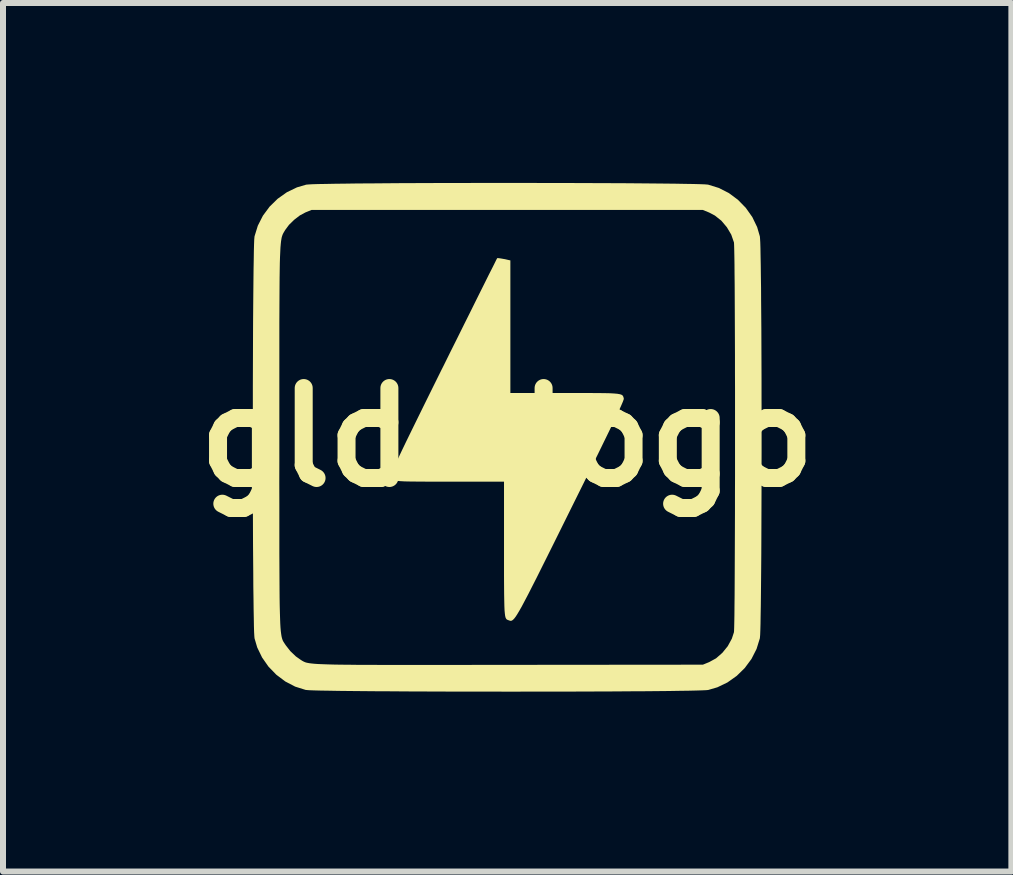
<source format=kicad_pcb>
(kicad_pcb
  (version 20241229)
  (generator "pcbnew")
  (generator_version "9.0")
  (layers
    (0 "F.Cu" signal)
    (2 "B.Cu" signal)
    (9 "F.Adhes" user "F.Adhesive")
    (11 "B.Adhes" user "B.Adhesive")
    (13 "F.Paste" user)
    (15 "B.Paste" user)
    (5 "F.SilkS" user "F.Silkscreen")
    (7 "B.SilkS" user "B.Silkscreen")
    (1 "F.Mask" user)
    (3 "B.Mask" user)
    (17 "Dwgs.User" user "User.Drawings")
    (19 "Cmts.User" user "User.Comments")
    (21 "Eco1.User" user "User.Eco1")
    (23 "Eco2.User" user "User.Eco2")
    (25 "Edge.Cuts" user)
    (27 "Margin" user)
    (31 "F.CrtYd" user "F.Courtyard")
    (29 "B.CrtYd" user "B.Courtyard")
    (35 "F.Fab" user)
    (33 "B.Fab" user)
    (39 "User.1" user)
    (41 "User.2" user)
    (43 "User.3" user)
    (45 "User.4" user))
  (footprint "gld-logo"
    (layer "F.Cu")
    (at 5.407 4.242)
    (property "Reference" "gld-logo" (at 0 0 0) (layer "F.SilkS") (effects (font (size 1.5 1.5) (thickness 0.3))))
    (attr board_only exclude_from_pos_files exclude_from_bom)
    (fp_poly (pts (xy -0.103 -2.982) (xy -0.053 -2.973) (xy 0.053 -2.95) (xy 0.053 -1.845) (xy 0.053 -0.739) (xy 0.966 -0.739) (xy 1.174 -0.739) (xy 1.349 -0.739) (xy 1.494 -0.738) (xy 1.613 -0.737) (xy 1.708 -0.735) (xy 1.781 -0.731) (xy 1.837 -0.726) (xy 1.877 -0.719) (xy 1.904 -0.711) (xy 1.922 -0.7) (xy 1.932 -0.686) (xy 1.939 -0.669) (xy 1.943 -0.65) (xy 1.945 -0.644) (xy 1.941 -0.628) (xy 1.928 -0.592) (xy 1.904 -0.536) (xy 1.869 -0.458) (xy 1.822 -0.358) (xy 1.763 -0.234) (xy 1.691 -0.085) (xy 1.606 0.089) (xy 1.508 0.29) (xy 1.395 0.519) (xy 1.268 0.777) (xy 1.125 1.065) (xy 1.054 1.208) (xy 0.914 1.491) (xy 0.789 1.743) (xy 0.677 1.968) (xy 0.578 2.166) (xy 0.492 2.339) (xy 0.416 2.488) (xy 0.351 2.616) (xy 0.294 2.724) (xy 0.247 2.813) (xy 0.206 2.886) (xy 0.172 2.943) (xy 0.144 2.987) (xy 0.12 3.019) (xy 0.1 3.04) (xy 0.083 3.053) (xy 0.068 3.059) (xy 0.054 3.06) (xy 0.04 3.056) (xy 0.025 3.051) (xy 0.018 3.048) (xy 0.004 3.043) (xy -0.008 3.036) (xy -0.018 3.024) (xy -0.027 3.006) (xy -0.034 2.978) (xy -0.039 2.939) (xy -0.044 2.885) (xy -0.047 2.813) (xy -0.049 2.722) (xy -0.051 2.609) (xy -0.052 2.472) (xy -0.053 2.307) (xy -0.053 2.112) (xy -0.053 1.884) (xy -0.053 1.861) (xy -0.053 0.739) (xy -0.966 0.739) (xy -1.174 0.739) (xy -1.349 0.739) (xy -1.494 0.738) (xy -1.613 0.737) (xy -1.708 0.735) (xy -1.781 0.731) (xy -1.837 0.726) (xy -1.877 0.719) (xy -1.904 0.711) (xy -1.922 0.7) (xy -1.932 0.686) (xy -1.938 0.669) (xy -1.943 0.65) (xy -1.945 0.645) (xy -1.941 0.628) (xy -1.927 0.591) (xy -1.902 0.532) (xy -1.865 0.451) (xy -1.816 0.347) (xy -1.755 0.218) (xy -1.681 0.064) (xy -1.593 -0.116) (xy -1.491 -0.324) (xy -1.375 -0.56) (xy -1.244 -0.825) (xy -1.098 -1.12) (xy -1.064 -1.187) (xy -0.948 -1.422) (xy -0.835 -1.648) (xy -0.728 -1.864) (xy -0.627 -2.066) (xy -0.534 -2.254) (xy -0.449 -2.425) (xy -0.373 -2.577) (xy -0.308 -2.708) (xy -0.253 -2.816) (xy -0.211 -2.9) (xy -0.183 -2.957) (xy -0.168 -2.985) (xy -0.167 -2.988) (xy -0.147 -2.988)) (stroke (width 0) (type solid)) (fill yes) (layer "F.SilkS"))
    (fp_poly (pts (xy 0.245 -4.242) (xy 0.545 -4.241) (xy 0.841 -4.241) (xy 1.13 -4.24) (xy 1.412 -4.239) (xy 1.683 -4.238) (xy 1.942 -4.237) (xy 2.186 -4.235) (xy 2.412 -4.233) (xy 2.62 -4.231) (xy 2.806 -4.229) (xy 2.969 -4.226) (xy 3.106 -4.224) (xy 3.216 -4.221) (xy 3.295 -4.218) (xy 3.342 -4.214) (xy 3.351 -4.213) (xy 3.529 -4.158) (xy 3.696 -4.073) (xy 3.847 -3.961) (xy 3.978 -3.827) (xy 4.087 -3.673) (xy 4.168 -3.505) (xy 4.213 -3.351) (xy 4.216 -3.317) (xy 4.22 -3.249) (xy 4.223 -3.151) (xy 4.225 -3.024) (xy 4.228 -2.871) (xy 4.23 -2.693) (xy 4.233 -2.493) (xy 4.234 -2.273) (xy 4.236 -2.036) (xy 4.238 -1.783) (xy 4.239 -1.516) (xy 4.24 -1.238) (xy 4.241 -0.951) (xy 4.241 -0.657) (xy 4.242 -0.358) (xy 4.242 -0.057) (xy 4.242 0.245) (xy 4.241 0.545) (xy 4.241 0.841) (xy 4.24 1.13) (xy 4.239 1.412) (xy 4.238 1.683) (xy 4.237 1.942) (xy 4.235 2.186) (xy 4.233 2.412) (xy 4.231 2.62) (xy 4.229 2.806) (xy 4.226 2.969) (xy 4.224 3.106) (xy 4.221 3.216) (xy 4.218 3.295) (xy 4.214 3.342) (xy 4.213 3.351) (xy 4.158 3.529) (xy 4.073 3.696) (xy 3.961 3.847) (xy 3.827 3.978) (xy 3.673 4.087) (xy 3.505 4.168) (xy 3.351 4.213) (xy 3.317 4.216) (xy 3.25 4.219) (xy 3.153 4.222) (xy 3.026 4.225) (xy 2.873 4.227) (xy 2.696 4.23) (xy 2.497 4.232) (xy 2.278 4.234) (xy 2.041 4.235) (xy 1.788 4.237) (xy 1.522 4.238) (xy 1.244 4.239) (xy 0.958 4.24) (xy 0.664 4.24) (xy 0.365 4.24) (xy 0.064 4.241) (xy -0.238 4.24) (xy -0.538 4.24) (xy -0.834 4.24) (xy -1.124 4.239) (xy -1.406 4.238) (xy -1.677 4.237) (xy -1.937 4.235) (xy -2.181 4.234) (xy -2.409 4.232) (xy -2.617 4.23) (xy -2.805 4.228) (xy -2.969 4.225) (xy -3.107 4.223) (xy -3.218 4.22) (xy -3.299 4.217) (xy -3.348 4.213) (xy -3.36 4.212) (xy -3.535 4.157) (xy -3.7 4.071) (xy -3.849 3.959) (xy -3.98 3.824) (xy -4.087 3.671) (xy -4.168 3.504) (xy -4.213 3.351) (xy -4.216 3.317) (xy -4.22 3.249) (xy -4.223 3.151) (xy -4.225 3.024) (xy -4.228 2.871) (xy -4.23 2.693) (xy -4.233 2.493) (xy -4.234 2.273) (xy -4.236 2.036) (xy -4.238 1.783) (xy -4.239 1.516) (xy -4.24 1.238) (xy -4.241 0.951) (xy -4.241 0.767) (xy -3.8 0.767) (xy -3.799 1.101) (xy -3.799 1.405) (xy -3.799 1.68) (xy -3.799 1.927) (xy -3.798 2.148) (xy -3.797 2.346) (xy -3.796 2.52) (xy -3.795 2.673) (xy -3.793 2.806) (xy -3.79 2.921) (xy -3.787 3.019) (xy -3.784 3.103) (xy -3.78 3.172) (xy -3.775 3.23) (xy -3.769 3.277) (xy -3.763 3.316) (xy -3.756 3.346) (xy -3.748 3.372) (xy -3.74 3.392) (xy -3.73 3.41) (xy -3.719 3.427) (xy -3.708 3.444) (xy -3.695 3.463) (xy -3.694 3.465) (xy -3.617 3.564) (xy -3.524 3.653) (xy -3.446 3.708) (xy -3.429 3.719) (xy -3.413 3.729) (xy -3.396 3.738) (xy -3.379 3.746) (xy -3.358 3.754) (xy -3.333 3.76) (xy -3.301 3.766) (xy -3.262 3.771) (xy -3.213 3.776) (xy -3.154 3.78) (xy -3.082 3.783) (xy -2.997 3.786) (xy -2.896 3.789) (xy -2.778 3.791) (xy -2.642 3.792) (xy -2.485 3.794) (xy -2.308 3.794) (xy -2.107 3.795) (xy -1.882 3.795) (xy -1.63 3.795) (xy -1.351 3.795) (xy -1.043 3.795) (xy -0.704 3.795) (xy -0.333 3.794) (xy 0.035 3.794) (xy 3.263 3.791) (xy 3.368 3.748) (xy 3.483 3.685) (xy 3.588 3.593) (xy 3.678 3.482) (xy 3.746 3.357) (xy 3.781 3.25) (xy 3.783 3.224) (xy 3.785 3.164) (xy 3.787 3.073) (xy 3.789 2.954) (xy 3.79 2.808) (xy 3.792 2.638) (xy 3.793 2.446) (xy 3.794 2.233) (xy 3.795 2.003) (xy 3.796 1.757) (xy 3.797 1.497) (xy 3.798 1.227) (xy 3.798 0.947) (xy 3.799 0.66) (xy 3.799 0.368) (xy 3.799 0.073) (xy 3.799 -0.222) (xy 3.799 -0.516) (xy 3.799 -0.805) (xy 3.798 -1.089) (xy 3.798 -1.365) (xy 3.797 -1.63) (xy 3.796 -1.883) (xy 3.795 -2.121) (xy 3.794 -2.343) (xy 3.793 -2.546) (xy 3.791 -2.727) (xy 3.79 -2.885) (xy 3.788 -3.018) (xy 3.786 -3.123) (xy 3.784 -3.198) (xy 3.782 -3.242) (xy 3.781 -3.25) (xy 3.736 -3.38) (xy 3.663 -3.503) (xy 3.571 -3.612) (xy 3.463 -3.698) (xy 3.368 -3.748) (xy 3.263 -3.791) (xy 0 -3.791) (xy -3.263 -3.791) (xy -3.364 -3.75) (xy -3.457 -3.7) (xy -3.552 -3.627) (xy -3.638 -3.543) (xy -3.701 -3.458) (xy -3.701 -3.458) (xy -3.713 -3.438) (xy -3.724 -3.42) (xy -3.734 -3.402) (xy -3.743 -3.384) (xy -3.751 -3.362) (xy -3.759 -3.337) (xy -3.765 -3.305) (xy -3.771 -3.266) (xy -3.776 -3.219) (xy -3.781 -3.16) (xy -3.784 -3.09) (xy -3.788 -3.006) (xy -3.791 -2.907) (xy -3.793 -2.791) (xy -3.795 -2.657) (xy -3.796 -2.504) (xy -3.797 -2.329) (xy -3.798 -2.131) (xy -3.799 -1.908) (xy -3.799 -1.66) (xy -3.799 -1.384) (xy -3.799 -1.079) (xy -3.799 -0.744) (xy -3.799 -0.376) (xy -3.799 0) (xy -3.799 0.4) (xy -3.8 0.767) (xy -4.241 0.767) (xy -4.241 0.657) (xy -4.242 0.358) (xy -4.242 0.057) (xy -4.242 -0.245) (xy -4.241 -0.545) (xy -4.241 -0.841) (xy -4.24 -1.13) (xy -4.239 -1.412) (xy -4.238 -1.683) (xy -4.237 -1.942) (xy -4.235 -2.186) (xy -4.233 -2.412) (xy -4.231 -2.62) (xy -4.229 -2.806) (xy -4.226 -2.969) (xy -4.224 -3.106) (xy -4.221 -3.216) (xy -4.218 -3.295) (xy -4.214 -3.342) (xy -4.213 -3.351) (xy -4.158 -3.529) (xy -4.073 -3.696) (xy -3.961 -3.847) (xy -3.827 -3.978) (xy -3.673 -4.087) (xy -3.505 -4.168) (xy -3.351 -4.213) (xy -3.317 -4.216) (xy -3.249 -4.22) (xy -3.151 -4.223) (xy -3.024 -4.225) (xy -2.871 -4.228) (xy -2.693 -4.23) (xy -2.493 -4.233) (xy -2.273 -4.234) (xy -2.036 -4.236) (xy -1.783 -4.238) (xy -1.516 -4.239) (xy -1.238 -4.24) (xy -0.951 -4.241) (xy -0.657 -4.241) (xy -0.358 -4.242) (xy -0.057 -4.242)) (stroke (width 0) (type solid)) (fill yes) (layer "F.SilkS")))
  (gr_rect
    (start -3 -3)
    (end 13.814 11.482)
    (stroke (width 0.1) (type default))
    (fill no)
    (layer "Edge.Cuts")))
</source>
